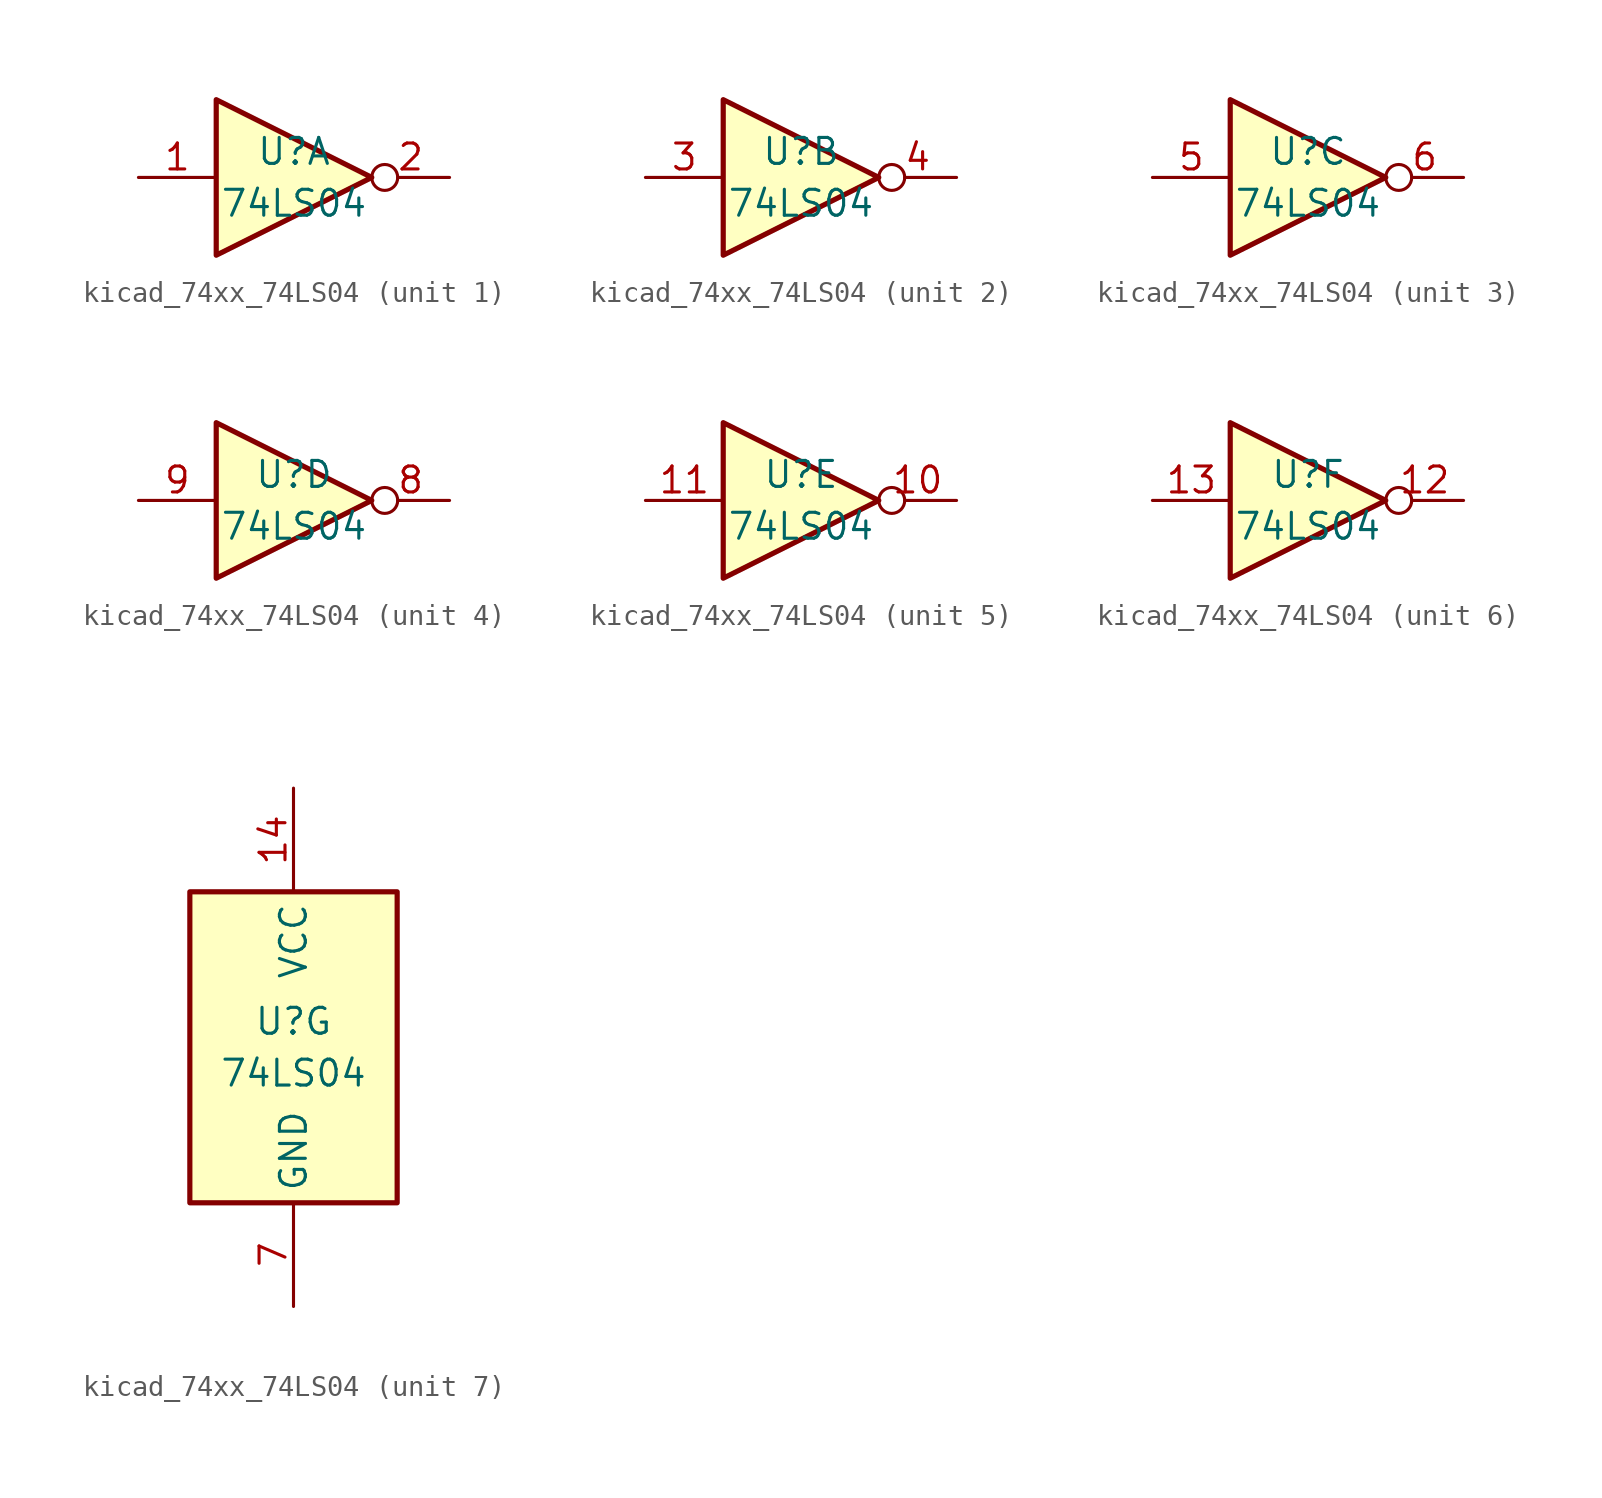
<source format=kicad_sym>
(kicad_symbol_lib
  (version 20220914)
  (generator kicad_symbol_editor)
  (symbol "kicad_74xx_74LS04"
    (property "Reference" "U"
      (at 0 1.27 0)
      (effects (font (size 1.27 1.27))))
    (property "Value" "74LS04"
      (at 0 -1.27 0)
      (effects (font (size 1.27 1.27))))
    (property "ki_locked" ""
      (at 0 0 0)
      (effects (font (size 1.27 1.27))))
    (symbol "kicad_74xx_74LS04_1_0"
      (polyline (pts (xy -3.81 3.81) (xy -3.81 -3.81) (xy 3.81 0) (xy -3.81 3.81)) (stroke (width 0.254) (type default)) (fill (type background)))
      (pin input line (at -7.62 0 0) (length 3.81) (name "~" (effects (font (size 1.27 1.27)))) (number "1" (effects (font (size 1.27 1.27)))))
      (pin output inverted (at 7.62 0 180) (length 3.81) (name "~" (effects (font (size 1.27 1.27)))) (number "2" (effects (font (size 1.27 1.27))))))
    (symbol "kicad_74xx_74LS04_2_0"
      (polyline (pts (xy -3.81 3.81) (xy -3.81 -3.81) (xy 3.81 0) (xy -3.81 3.81)) (stroke (width 0.254) (type default)) (fill (type background)))
      (pin input line (at -7.62 0 0) (length 3.81) (name "~" (effects (font (size 1.27 1.27)))) (number "3" (effects (font (size 1.27 1.27)))))
      (pin output inverted (at 7.62 0 180) (length 3.81) (name "~" (effects (font (size 1.27 1.27)))) (number "4" (effects (font (size 1.27 1.27))))))
    (symbol "kicad_74xx_74LS04_3_0"
      (polyline (pts (xy -3.81 3.81) (xy -3.81 -3.81) (xy 3.81 0) (xy -3.81 3.81)) (stroke (width 0.254) (type default)) (fill (type background)))
      (pin input line (at -7.62 0 0) (length 3.81) (name "~" (effects (font (size 1.27 1.27)))) (number "5" (effects (font (size 1.27 1.27)))))
      (pin output inverted (at 7.62 0 180) (length 3.81) (name "~" (effects (font (size 1.27 1.27)))) (number "6" (effects (font (size 1.27 1.27))))))
    (symbol "kicad_74xx_74LS04_4_0"
      (polyline (pts (xy -3.81 3.81) (xy -3.81 -3.81) (xy 3.81 0) (xy -3.81 3.81)) (stroke (width 0.254) (type default)) (fill (type background)))
      (pin output inverted (at 7.62 0 180) (length 3.81) (name "~" (effects (font (size 1.27 1.27)))) (number "8" (effects (font (size 1.27 1.27)))))
      (pin input line (at -7.62 0 0) (length 3.81) (name "~" (effects (font (size 1.27 1.27)))) (number "9" (effects (font (size 1.27 1.27))))))
    (symbol "kicad_74xx_74LS04_5_0"
      (polyline (pts (xy -3.81 3.81) (xy -3.81 -3.81) (xy 3.81 0) (xy -3.81 3.81)) (stroke (width 0.254) (type default)) (fill (type background)))
      (pin output inverted (at 7.62 0 180) (length 3.81) (name "~" (effects (font (size 1.27 1.27)))) (number "10" (effects (font (size 1.27 1.27)))))
      (pin input line (at -7.62 0 0) (length 3.81) (name "~" (effects (font (size 1.27 1.27)))) (number "11" (effects (font (size 1.27 1.27))))))
    (symbol "kicad_74xx_74LS04_6_0"
      (polyline (pts (xy -3.81 3.81) (xy -3.81 -3.81) (xy 3.81 0) (xy -3.81 3.81)) (stroke (width 0.254) (type default)) (fill (type background)))
      (pin output inverted (at 7.62 0 180) (length 3.81) (name "~" (effects (font (size 1.27 1.27)))) (number "12" (effects (font (size 1.27 1.27)))))
      (pin input line (at -7.62 0 0) (length 3.81) (name "~" (effects (font (size 1.27 1.27)))) (number "13" (effects (font (size 1.27 1.27))))))
    (symbol "kicad_74xx_74LS04_7_0"
      (pin power_in line (at 0 12.7 270) (length 5.08) (name "VCC" (effects (font (size 1.27 1.27)))) (number "14" (effects (font (size 1.27 1.27)))))
      (pin power_in line (at 0 -12.7 90) (length 5.08) (name "GND" (effects (font (size 1.27 1.27)))) (number "7" (effects (font (size 1.27 1.27))))))
    (symbol "kicad_74xx_74LS04_7_1"
      (rectangle (start -5.08 7.62) (end 5.08 -7.62) (stroke (width 0.254) (type default)) (fill (type background))))))
</source>
